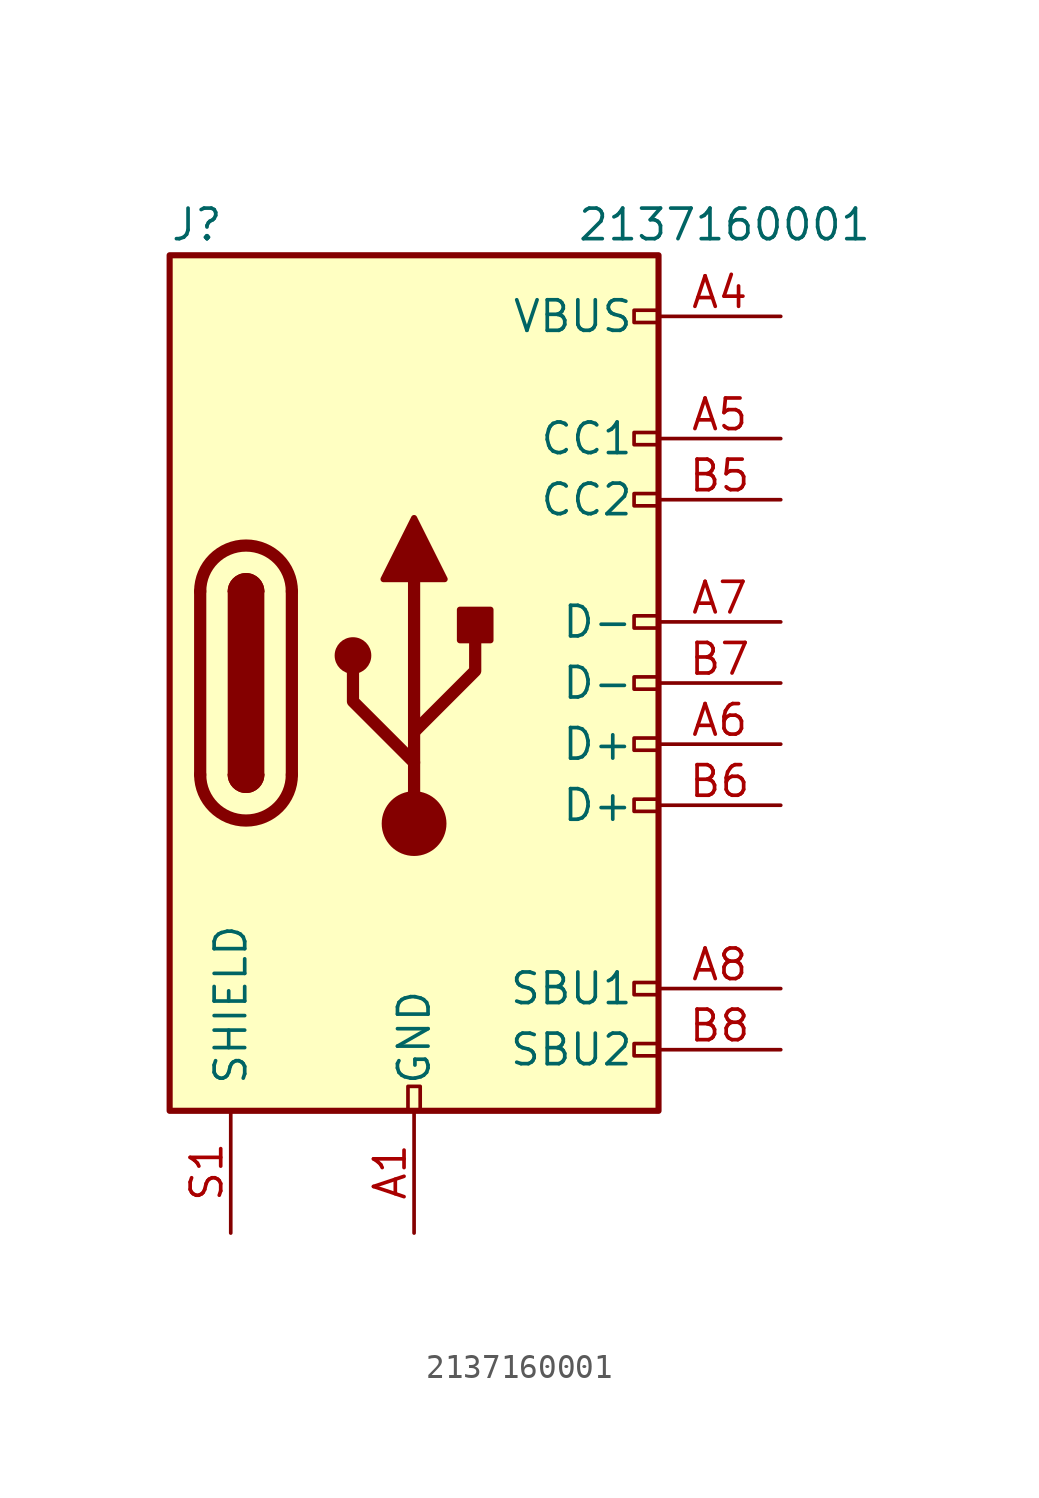
<source format=kicad_sym>
(kicad_symbol_lib
  (version 20220914)
  (generator kicad_symbol_editor)
  (symbol "2137160001"
    (pin_names
      (offset 1.016))
    (property "Reference" "J"
      (at -10.16 19.05 0)
      (effects (font (size 1.27 1.27)) (justify left)))
    (property "Value" "2137160001"
      (at 19.05 19.05 0)
      (effects (font (size 1.27 1.27)) (justify right)))
    (symbol "2137160001_0_0"
      (rectangle (start -0.254 -17.78) (end 0.254 -16.764) (stroke (width 0) (type default)) (fill (type none)))
      (rectangle (start 10.16 -14.986) (end 9.144 -15.494) (stroke (width 0) (type default)) (fill (type none)))
      (rectangle (start 10.16 -12.446) (end 9.144 -12.954) (stroke (width 0) (type default)) (fill (type none)))
      (rectangle (start 10.16 -4.826) (end 9.144 -5.334) (stroke (width 0) (type default)) (fill (type none)))
      (rectangle (start 10.16 -2.286) (end 9.144 -2.794) (stroke (width 0) (type default)) (fill (type none)))
      (rectangle (start 10.16 0.254) (end 9.144 -0.254) (stroke (width 0) (type default)) (fill (type none)))
      (rectangle (start 10.16 2.794) (end 9.144 2.286) (stroke (width 0) (type default)) (fill (type none)))
      (rectangle (start 10.16 7.874) (end 9.144 7.366) (stroke (width 0) (type default)) (fill (type none)))
      (rectangle (start 10.16 10.414) (end 9.144 9.906) (stroke (width 0) (type default)) (fill (type none)))
      (rectangle (start 10.16 15.494) (end 9.144 14.986) (stroke (width 0) (type default)) (fill (type none))))
    (symbol "2137160001_0_1"
      (rectangle (start -10.16 17.78) (end 10.16 -17.78) (stroke (width 0.254) (type default)) (fill (type background)))
      (arc (start -8.89 -3.81) (mid -6.985 -5.7067) (end -5.08 -3.81) (stroke (width 0.508) (type default)) (fill (type none)))
      (arc (start -7.62 -3.81) (mid -6.985 -4.4423) (end -6.35 -3.81) (stroke (width 0.254) (type default)) (fill (type none)))
      (arc (start -7.62 -3.81) (mid -6.985 -4.4423) (end -6.35 -3.81) (stroke (width 0.254) (type default)) (fill (type outline)))
      (rectangle (start -7.62 -3.81) (end -6.35 3.81) (stroke (width 0.254) (type default)) (fill (type outline)))
      (arc (start -6.35 3.81) (mid -6.985 4.4423) (end -7.62 3.81) (stroke (width 0.254) (type default)) (fill (type none)))
      (arc (start -6.35 3.81) (mid -6.985 4.4423) (end -7.62 3.81) (stroke (width 0.254) (type default)) (fill (type outline)))
      (arc (start -5.08 3.81) (mid -6.985 5.7067) (end -8.89 3.81) (stroke (width 0.508) (type default)) (fill (type none)))
      (circle (center -2.54 1.143) (radius 0.635) (stroke (width 0.254) (type default)) (fill (type outline)))
      (circle (center 0 -5.842) (radius 1.27) (stroke (width 0) (type default)) (fill (type outline)))
      (polyline (pts (xy -8.89 -3.81) (xy -8.89 3.81)) (stroke (width 0.508) (type default)) (fill (type none)))
      (polyline (pts (xy -5.08 3.81) (xy -5.08 -3.81)) (stroke (width 0.508) (type default)) (fill (type none)))
      (polyline (pts (xy 0 -5.842) (xy 0 4.318)) (stroke (width 0.508) (type default)) (fill (type none)))
      (polyline (pts (xy 0 -3.302) (xy -2.54 -0.762) (xy -2.54 0.508)) (stroke (width 0.508) (type default)) (fill (type none)))
      (polyline (pts (xy 0 -2.032) (xy 2.54 0.508) (xy 2.54 1.778)) (stroke (width 0.508) (type default)) (fill (type none)))
      (polyline (pts (xy -1.27 4.318) (xy 0 6.858) (xy 1.27 4.318) (xy -1.27 4.318)) (stroke (width 0.254) (type default)) (fill (type outline)))
      (rectangle (start 1.905 1.778) (end 3.175 3.048) (stroke (width 0.254) (type default)) (fill (type outline))))
    (symbol "2137160001_1_1"
      (pin passive line (at 0 -22.86 90) (length 5.08) (name "GND" (effects (font (size 1.27 1.27)))) (number "A1" (effects (font (size 1.27 1.27)))))
      (pin passive line (at 0 -22.86 90) (length 5.08) hide (name "GND" (effects (font (size 1.27 1.27)))) (number "A12" (effects (font (size 1.27 1.27)))))
      (pin passive line (at 15.24 15.24 180) (length 5.08) (name "VBUS" (effects (font (size 1.27 1.27)))) (number "A4" (effects (font (size 1.27 1.27)))))
      (pin bidirectional line (at 15.24 10.16 180) (length 5.08) (name "CC1" (effects (font (size 1.27 1.27)))) (number "A5" (effects (font (size 1.27 1.27)))))
      (pin bidirectional line (at 15.24 -2.54 180) (length 5.08) (name "D+" (effects (font (size 1.27 1.27)))) (number "A6" (effects (font (size 1.27 1.27)))))
      (pin bidirectional line (at 15.24 2.54 180) (length 5.08) (name "D-" (effects (font (size 1.27 1.27)))) (number "A7" (effects (font (size 1.27 1.27)))))
      (pin bidirectional line (at 15.24 -12.7 180) (length 5.08) (name "SBU1" (effects (font (size 1.27 1.27)))) (number "A8" (effects (font (size 1.27 1.27)))))
      (pin passive line (at 15.24 15.24 180) (length 5.08) hide (name "VBUS" (effects (font (size 1.27 1.27)))) (number "A9" (effects (font (size 1.27 1.27)))))
      (pin passive line (at 0 -22.86 90) (length 5.08) hide (name "GND" (effects (font (size 1.27 1.27)))) (number "B1" (effects (font (size 1.27 1.27)))))
      (pin passive line (at 0 -22.86 90) (length 5.08) hide (name "GND" (effects (font (size 1.27 1.27)))) (number "B12" (effects (font (size 1.27 1.27)))))
      (pin passive line (at 15.24 15.24 180) (length 5.08) hide (name "VBUS" (effects (font (size 1.27 1.27)))) (number "B4" (effects (font (size 1.27 1.27)))))
      (pin bidirectional line (at 15.24 7.62 180) (length 5.08) (name "CC2" (effects (font (size 1.27 1.27)))) (number "B5" (effects (font (size 1.27 1.27)))))
      (pin bidirectional line (at 15.24 -5.08 180) (length 5.08) (name "D+" (effects (font (size 1.27 1.27)))) (number "B6" (effects (font (size 1.27 1.27)))))
      (pin bidirectional line (at 15.24 0 180) (length 5.08) (name "D-" (effects (font (size 1.27 1.27)))) (number "B7" (effects (font (size 1.27 1.27)))))
      (pin bidirectional line (at 15.24 -15.24 180) (length 5.08) (name "SBU2" (effects (font (size 1.27 1.27)))) (number "B8" (effects (font (size 1.27 1.27)))))
      (pin passive line (at 15.24 15.24 180) (length 5.08) hide (name "VBUS" (effects (font (size 1.27 1.27)))) (number "B9" (effects (font (size 1.27 1.27)))))
      (pin passive line (at -7.62 -22.86 90) (length 5.08) (name "SHIELD" (effects (font (size 1.27 1.27)))) (number "S1" (effects (font (size 1.27 1.27))))))))
</source>
